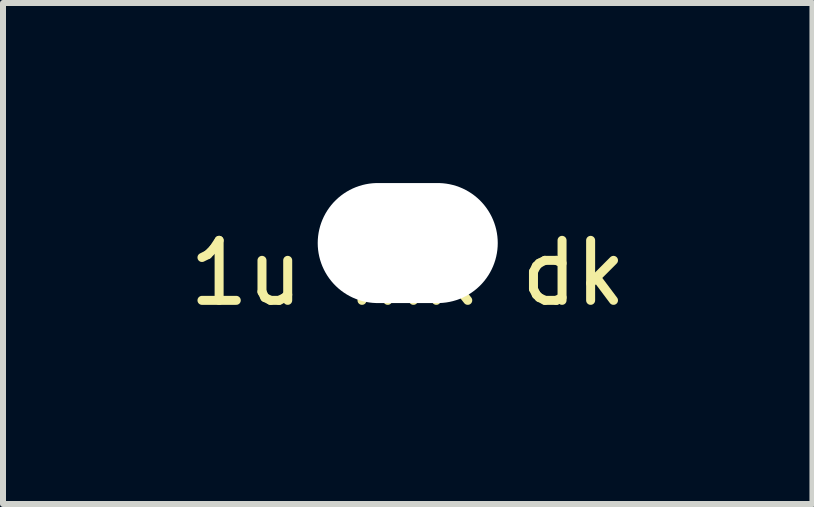
<source format=kicad_pcb>
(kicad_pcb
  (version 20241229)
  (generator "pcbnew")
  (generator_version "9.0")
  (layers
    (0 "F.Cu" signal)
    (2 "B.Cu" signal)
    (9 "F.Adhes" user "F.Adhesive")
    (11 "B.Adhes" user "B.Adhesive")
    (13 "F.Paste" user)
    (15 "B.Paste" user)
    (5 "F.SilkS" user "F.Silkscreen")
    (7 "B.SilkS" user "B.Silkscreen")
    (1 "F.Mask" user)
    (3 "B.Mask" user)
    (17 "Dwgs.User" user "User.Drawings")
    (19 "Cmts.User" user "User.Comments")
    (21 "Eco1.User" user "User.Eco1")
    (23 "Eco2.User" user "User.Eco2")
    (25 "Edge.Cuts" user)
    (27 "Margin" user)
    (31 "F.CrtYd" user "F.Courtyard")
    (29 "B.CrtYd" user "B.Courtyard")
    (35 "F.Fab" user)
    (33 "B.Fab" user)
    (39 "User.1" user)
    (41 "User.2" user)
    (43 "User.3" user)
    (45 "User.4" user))
  (footprint "1u mx dk"
    (layer "F.Cu")
    (at 3.744 1)
    (property "Reference" "1u mx dk" (at 0 0.5 0) (layer "F.SilkS") (effects (font (size 1 1) (thickness 0.15))))
    (attr through_hole)
    (pad "" np_thru_hole oval (at 0 0) (size 3 2) (drill oval 3 2) (layers "*.Cu" "*.Mask")))
  (gr_rect
    (start -3 -3)
    (end 10.488 5.348)
    (stroke (width 0.1) (type default))
    (fill no)
    (layer "Edge.Cuts")))
</source>
